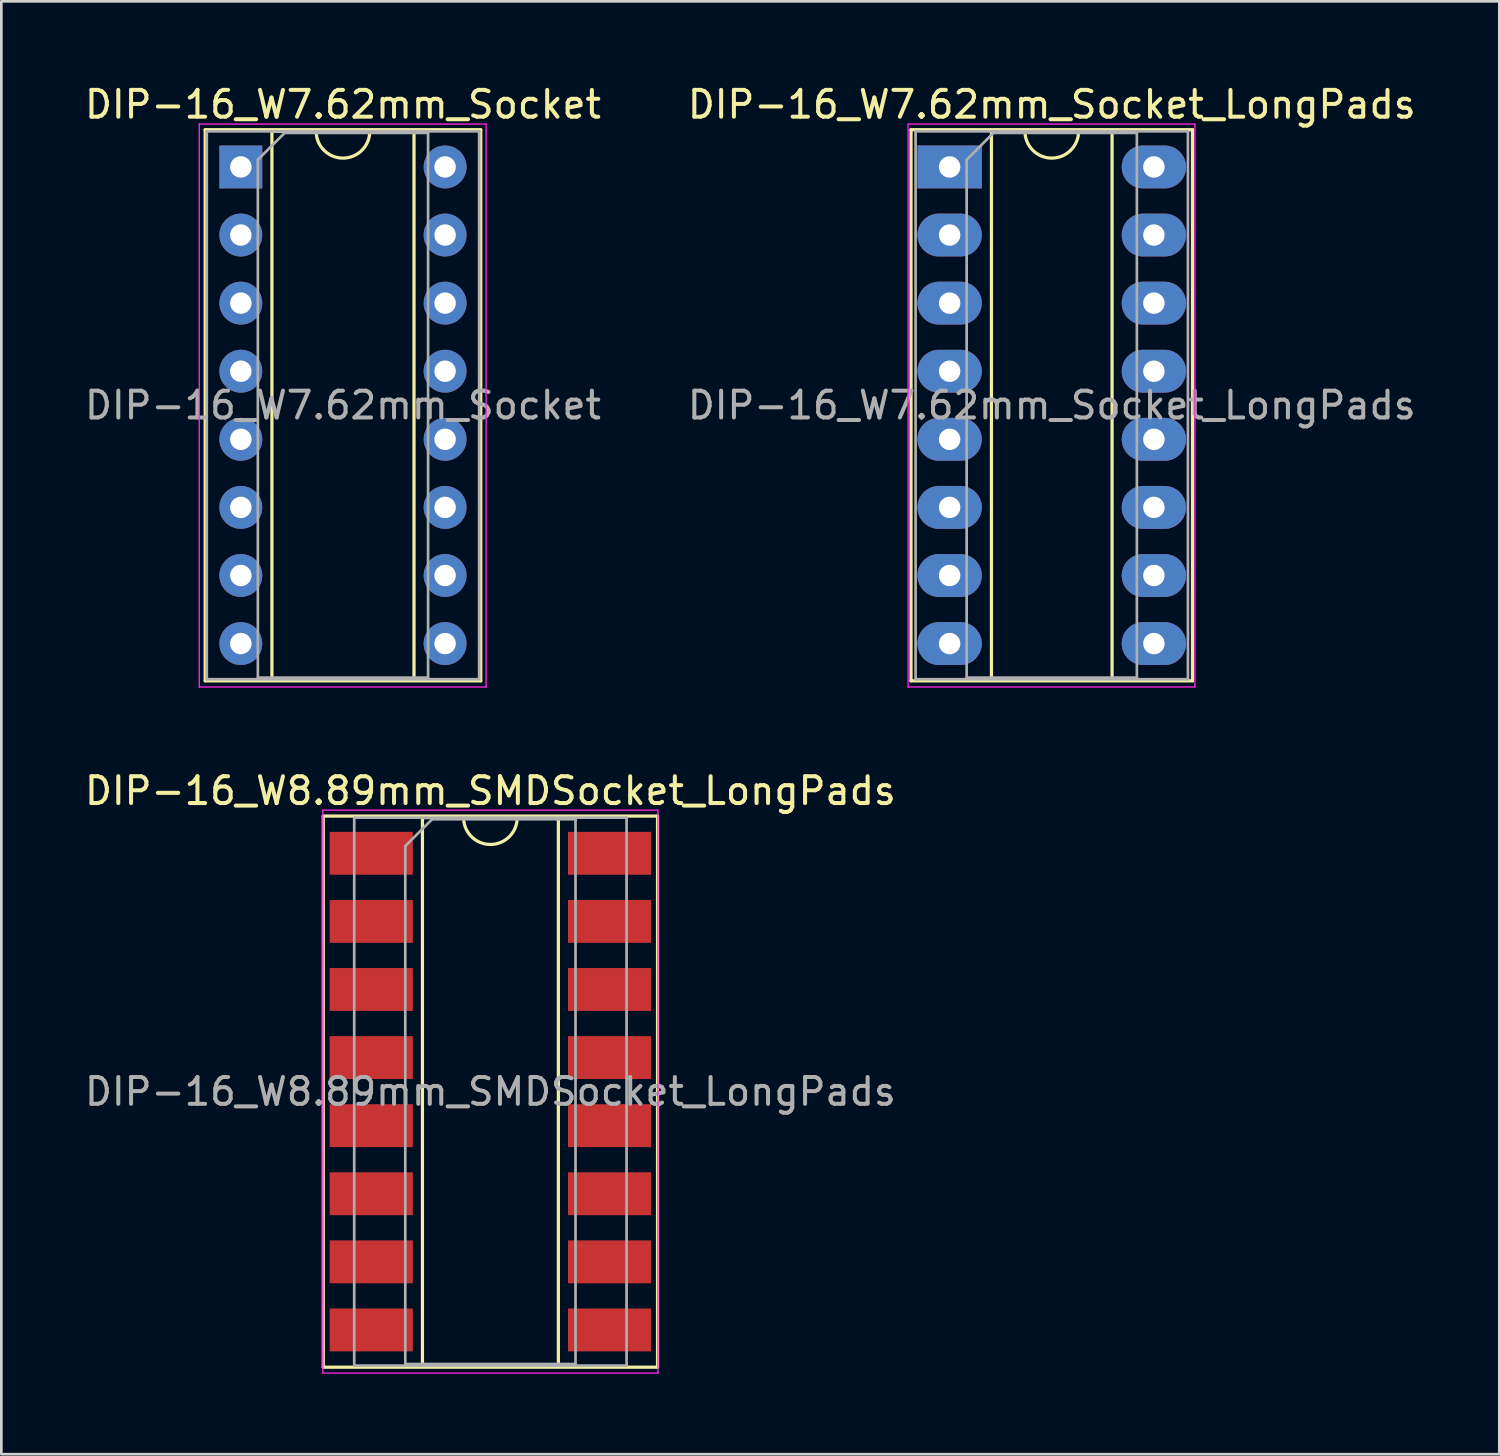
<source format=kicad_pcb>
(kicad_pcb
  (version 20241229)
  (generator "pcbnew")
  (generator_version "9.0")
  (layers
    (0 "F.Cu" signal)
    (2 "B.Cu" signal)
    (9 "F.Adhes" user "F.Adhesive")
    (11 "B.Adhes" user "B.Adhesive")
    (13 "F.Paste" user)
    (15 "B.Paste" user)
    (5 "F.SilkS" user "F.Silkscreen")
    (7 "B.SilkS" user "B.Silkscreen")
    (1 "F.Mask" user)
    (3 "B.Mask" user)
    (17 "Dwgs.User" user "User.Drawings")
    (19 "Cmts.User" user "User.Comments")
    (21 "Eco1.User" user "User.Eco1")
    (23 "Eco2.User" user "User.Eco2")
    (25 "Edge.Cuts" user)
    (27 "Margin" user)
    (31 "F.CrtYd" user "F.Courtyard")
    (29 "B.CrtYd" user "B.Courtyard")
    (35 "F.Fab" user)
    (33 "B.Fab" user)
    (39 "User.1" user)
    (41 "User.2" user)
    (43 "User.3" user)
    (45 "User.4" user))
  (footprint "DIP-16_W7.62mm_Socket_LongPads"
    (layer "F.Cu")
    (at 32.375 3.178)
    (property "Reference" "DIP-16_W7.62mm_Socket_LongPads" (at 3.81 -2.33 0) (layer "F.SilkS") (effects (font (size 1 1) (thickness 0.15))))
    (attr through_hole)
    (fp_line (start -1.44 -1.39) (end -1.44 19.17) (stroke (width 0.12) (type solid)) (layer "F.SilkS"))
    (fp_line (start -1.44 19.17) (end 9.06 19.17) (stroke (width 0.12) (type solid)) (layer "F.SilkS"))
    (fp_line (start 1.56 -1.33) (end 1.56 19.11) (stroke (width 0.12) (type solid)) (layer "F.SilkS"))
    (fp_line (start 1.56 19.11) (end 6.06 19.11) (stroke (width 0.12) (type solid)) (layer "F.SilkS"))
    (fp_line (start 2.81 -1.33) (end 1.56 -1.33) (stroke (width 0.12) (type solid)) (layer "F.SilkS"))
    (fp_line (start 6.06 -1.33) (end 4.81 -1.33) (stroke (width 0.12) (type solid)) (layer "F.SilkS"))
    (fp_line (start 6.06 19.11) (end 6.06 -1.33) (stroke (width 0.12) (type solid)) (layer "F.SilkS"))
    (fp_line (start 9.06 -1.39) (end -1.44 -1.39) (stroke (width 0.12) (type solid)) (layer "F.SilkS"))
    (fp_line (start 9.06 19.17) (end 9.06 -1.39) (stroke (width 0.12) (type solid)) (layer "F.SilkS"))
    (fp_arc (start 4.81 -1.33) (mid 3.81 -0.33) (end 2.81 -1.33) (stroke (width 0.12) (type solid)) (layer "F.SilkS"))
    (fp_line (start -1.55 -1.6) (end -1.55 19.4) (stroke (width 0.05) (type solid)) (layer "F.CrtYd"))
    (fp_line (start -1.55 19.4) (end 9.15 19.4) (stroke (width 0.05) (type solid)) (layer "F.CrtYd"))
    (fp_line (start 9.15 -1.6) (end -1.55 -1.6) (stroke (width 0.05) (type solid)) (layer "F.CrtYd"))
    (fp_line (start 9.15 19.4) (end 9.15 -1.6) (stroke (width 0.05) (type solid)) (layer "F.CrtYd"))
    (fp_line (start -1.27 -1.33) (end -1.27 19.11) (stroke (width 0.1) (type solid)) (layer "F.Fab"))
    (fp_line (start -1.27 19.11) (end 8.89 19.11) (stroke (width 0.1) (type solid)) (layer "F.Fab"))
    (fp_line (start 0.635 -0.27) (end 1.635 -1.27) (stroke (width 0.1) (type solid)) (layer "F.Fab"))
    (fp_line (start 0.635 19.05) (end 0.635 -0.27) (stroke (width 0.1) (type solid)) (layer "F.Fab"))
    (fp_line (start 1.635 -1.27) (end 6.985 -1.27) (stroke (width 0.1) (type solid)) (layer "F.Fab"))
    (fp_line (start 6.985 -1.27) (end 6.985 19.05) (stroke (width 0.1) (type solid)) (layer "F.Fab"))
    (fp_line (start 6.985 19.05) (end 0.635 19.05) (stroke (width 0.1) (type solid)) (layer "F.Fab"))
    (fp_line (start 8.89 -1.33) (end -1.27 -1.33) (stroke (width 0.1) (type solid)) (layer "F.Fab"))
    (fp_line (start 8.89 19.11) (end 8.89 -1.33) (stroke (width 0.1) (type solid)) (layer "F.Fab"))
    (fp_text user "${REFERENCE}" (at 3.81 8.89 0) (layer "F.Fab") (effects (font (size 1 1) (thickness 0.15))))
    (pad "1" thru_hole rect (at 0 0) (size 2.4 1.6) (drill 0.8) (layers "*.Cu" "*.Mask"))
    (pad "2" thru_hole oval (at 0 2.54) (size 2.4 1.6) (drill 0.8) (layers "*.Cu" "*.Mask"))
    (pad "3" thru_hole oval (at 0 5.08) (size 2.4 1.6) (drill 0.8) (layers "*.Cu" "*.Mask"))
    (pad "4" thru_hole oval (at 0 7.62) (size 2.4 1.6) (drill 0.8) (layers "*.Cu" "*.Mask"))
    (pad "5" thru_hole oval (at 0 10.16) (size 2.4 1.6) (drill 0.8) (layers "*.Cu" "*.Mask"))
    (pad "6" thru_hole oval (at 0 12.7) (size 2.4 1.6) (drill 0.8) (layers "*.Cu" "*.Mask"))
    (pad "7" thru_hole oval (at 0 15.24) (size 2.4 1.6) (drill 0.8) (layers "*.Cu" "*.Mask"))
    (pad "8" thru_hole oval (at 0 17.78) (size 2.4 1.6) (drill 0.8) (layers "*.Cu" "*.Mask"))
    (pad "9" thru_hole oval (at 7.62 17.78) (size 2.4 1.6) (drill 0.8) (layers "*.Cu" "*.Mask"))
    (pad "10" thru_hole oval (at 7.62 15.24) (size 2.4 1.6) (drill 0.8) (layers "*.Cu" "*.Mask"))
    (pad "11" thru_hole oval (at 7.62 12.7) (size 2.4 1.6) (drill 0.8) (layers "*.Cu" "*.Mask"))
    (pad "12" thru_hole oval (at 7.62 10.16) (size 2.4 1.6) (drill 0.8) (layers "*.Cu" "*.Mask"))
    (pad "13" thru_hole oval (at 7.62 7.62) (size 2.4 1.6) (drill 0.8) (layers "*.Cu" "*.Mask"))
    (pad "14" thru_hole oval (at 7.62 5.08) (size 2.4 1.6) (drill 0.8) (layers "*.Cu" "*.Mask"))
    (pad "15" thru_hole oval (at 7.62 2.54) (size 2.4 1.6) (drill 0.8) (layers "*.Cu" "*.Mask"))
    (pad "16" thru_hole oval (at 7.62 0) (size 2.4 1.6) (drill 0.8) (layers "*.Cu" "*.Mask")))
  (footprint "DIP-16_W7.62mm_Socket"
    (layer "F.Cu")
    (at 5.934 3.178)
    (property "Reference" "DIP-16_W7.62mm_Socket" (at 3.81 -2.33 0) (layer "F.SilkS") (effects (font (size 1 1) (thickness 0.15))))
    (attr through_hole)
    (fp_line (start -1.33 -1.39) (end -1.33 19.17) (stroke (width 0.12) (type solid)) (layer "F.SilkS"))
    (fp_line (start -1.33 19.17) (end 8.95 19.17) (stroke (width 0.12) (type solid)) (layer "F.SilkS"))
    (fp_line (start 1.16 -1.33) (end 1.16 19.11) (stroke (width 0.12) (type solid)) (layer "F.SilkS"))
    (fp_line (start 1.16 19.11) (end 6.46 19.11) (stroke (width 0.12) (type solid)) (layer "F.SilkS"))
    (fp_line (start 2.81 -1.33) (end 1.16 -1.33) (stroke (width 0.12) (type solid)) (layer "F.SilkS"))
    (fp_line (start 6.46 -1.33) (end 4.81 -1.33) (stroke (width 0.12) (type solid)) (layer "F.SilkS"))
    (fp_line (start 6.46 19.11) (end 6.46 -1.33) (stroke (width 0.12) (type solid)) (layer "F.SilkS"))
    (fp_line (start 8.95 -1.39) (end -1.33 -1.39) (stroke (width 0.12) (type solid)) (layer "F.SilkS"))
    (fp_line (start 8.95 19.17) (end 8.95 -1.39) (stroke (width 0.12) (type solid)) (layer "F.SilkS"))
    (fp_arc (start 4.81 -1.33) (mid 3.81 -0.33) (end 2.81 -1.33) (stroke (width 0.12) (type solid)) (layer "F.SilkS"))
    (fp_line (start -1.55 -1.6) (end -1.55 19.4) (stroke (width 0.05) (type solid)) (layer "F.CrtYd"))
    (fp_line (start -1.55 19.4) (end 9.15 19.4) (stroke (width 0.05) (type solid)) (layer "F.CrtYd"))
    (fp_line (start 9.15 -1.6) (end -1.55 -1.6) (stroke (width 0.05) (type solid)) (layer "F.CrtYd"))
    (fp_line (start 9.15 19.4) (end 9.15 -1.6) (stroke (width 0.05) (type solid)) (layer "F.CrtYd"))
    (fp_line (start -1.27 -1.33) (end -1.27 19.11) (stroke (width 0.1) (type solid)) (layer "F.Fab"))
    (fp_line (start -1.27 19.11) (end 8.89 19.11) (stroke (width 0.1) (type solid)) (layer "F.Fab"))
    (fp_line (start 0.635 -0.27) (end 1.635 -1.27) (stroke (width 0.1) (type solid)) (layer "F.Fab"))
    (fp_line (start 0.635 19.05) (end 0.635 -0.27) (stroke (width 0.1) (type solid)) (layer "F.Fab"))
    (fp_line (start 1.635 -1.27) (end 6.985 -1.27) (stroke (width 0.1) (type solid)) (layer "F.Fab"))
    (fp_line (start 6.985 -1.27) (end 6.985 19.05) (stroke (width 0.1) (type solid)) (layer "F.Fab"))
    (fp_line (start 6.985 19.05) (end 0.635 19.05) (stroke (width 0.1) (type solid)) (layer "F.Fab"))
    (fp_line (start 8.89 -1.33) (end -1.27 -1.33) (stroke (width 0.1) (type solid)) (layer "F.Fab"))
    (fp_line (start 8.89 19.11) (end 8.89 -1.33) (stroke (width 0.1) (type solid)) (layer "F.Fab"))
    (fp_text user "${REFERENCE}" (at 3.81 8.89 0) (layer "F.Fab") (effects (font (size 1 1) (thickness 0.15))))
    (pad "1" thru_hole rect (at 0 0) (size 1.6 1.6) (drill 0.8) (layers "*.Cu" "*.Mask"))
    (pad "2" thru_hole oval (at 0 2.54) (size 1.6 1.6) (drill 0.8) (layers "*.Cu" "*.Mask"))
    (pad "3" thru_hole oval (at 0 5.08) (size 1.6 1.6) (drill 0.8) (layers "*.Cu" "*.Mask"))
    (pad "4" thru_hole oval (at 0 7.62) (size 1.6 1.6) (drill 0.8) (layers "*.Cu" "*.Mask"))
    (pad "5" thru_hole oval (at 0 10.16) (size 1.6 1.6) (drill 0.8) (layers "*.Cu" "*.Mask"))
    (pad "6" thru_hole oval (at 0 12.7) (size 1.6 1.6) (drill 0.8) (layers "*.Cu" "*.Mask"))
    (pad "7" thru_hole oval (at 0 15.24) (size 1.6 1.6) (drill 0.8) (layers "*.Cu" "*.Mask"))
    (pad "8" thru_hole oval (at 0 17.78) (size 1.6 1.6) (drill 0.8) (layers "*.Cu" "*.Mask"))
    (pad "9" thru_hole oval (at 7.62 17.78) (size 1.6 1.6) (drill 0.8) (layers "*.Cu" "*.Mask"))
    (pad "10" thru_hole oval (at 7.62 15.24) (size 1.6 1.6) (drill 0.8) (layers "*.Cu" "*.Mask"))
    (pad "11" thru_hole oval (at 7.62 12.7) (size 1.6 1.6) (drill 0.8) (layers "*.Cu" "*.Mask"))
    (pad "12" thru_hole oval (at 7.62 10.16) (size 1.6 1.6) (drill 0.8) (layers "*.Cu" "*.Mask"))
    (pad "13" thru_hole oval (at 7.62 7.62) (size 1.6 1.6) (drill 0.8) (layers "*.Cu" "*.Mask"))
    (pad "14" thru_hole oval (at 7.62 5.08) (size 1.6 1.6) (drill 0.8) (layers "*.Cu" "*.Mask"))
    (pad "15" thru_hole oval (at 7.62 2.54) (size 1.6 1.6) (drill 0.8) (layers "*.Cu" "*.Mask"))
    (pad "16" thru_hole oval (at 7.62 0) (size 1.6 1.6) (drill 0.8) (layers "*.Cu" "*.Mask")))
  (footprint "DIP-16_W8.89mm_SMDSocket_LongPads"
    (layer "F.Cu")
    (at 15.244 37.672)
    (property "Reference" "DIP-16_W8.89mm_SMDSocket_LongPads" (at 0 -11.22 0) (layer "F.SilkS") (effects (font (size 1 1) (thickness 0.15))))
    (attr smd)
    (fp_line (start -6.235 -10.28) (end -6.235 10.28) (stroke (width 0.12) (type solid)) (layer "F.SilkS"))
    (fp_line (start -6.235 10.28) (end 6.235 10.28) (stroke (width 0.12) (type solid)) (layer "F.SilkS"))
    (fp_line (start -2.535 -10.22) (end -2.535 10.22) (stroke (width 0.12) (type solid)) (layer "F.SilkS"))
    (fp_line (start -2.535 10.22) (end 2.535 10.22) (stroke (width 0.12) (type solid)) (layer "F.SilkS"))
    (fp_line (start -1 -10.22) (end -2.535 -10.22) (stroke (width 0.12) (type solid)) (layer "F.SilkS"))
    (fp_line (start 2.535 -10.22) (end 1 -10.22) (stroke (width 0.12) (type solid)) (layer "F.SilkS"))
    (fp_line (start 2.535 10.22) (end 2.535 -10.22) (stroke (width 0.12) (type solid)) (layer "F.SilkS"))
    (fp_line (start 6.235 -10.28) (end -6.235 -10.28) (stroke (width 0.12) (type solid)) (layer "F.SilkS"))
    (fp_line (start 6.235 10.28) (end 6.235 -10.28) (stroke (width 0.12) (type solid)) (layer "F.SilkS"))
    (fp_arc (start 1 -10.22) (mid 0 -9.22) (end -1 -10.22) (stroke (width 0.12) (type solid)) (layer "F.SilkS"))
    (fp_line (start -6.25 -10.5) (end -6.25 10.5) (stroke (width 0.05) (type solid)) (layer "F.CrtYd"))
    (fp_line (start -6.25 10.5) (end 6.25 10.5) (stroke (width 0.05) (type solid)) (layer "F.CrtYd"))
    (fp_line (start 6.25 -10.5) (end -6.25 -10.5) (stroke (width 0.05) (type solid)) (layer "F.CrtYd"))
    (fp_line (start 6.25 10.5) (end 6.25 -10.5) (stroke (width 0.05) (type solid)) (layer "F.CrtYd"))
    (fp_line (start -5.08 -10.22) (end -5.08 10.22) (stroke (width 0.1) (type solid)) (layer "F.Fab"))
    (fp_line (start -5.08 10.22) (end 5.08 10.22) (stroke (width 0.1) (type solid)) (layer "F.Fab"))
    (fp_line (start -3.175 -9.16) (end -2.175 -10.16) (stroke (width 0.1) (type solid)) (layer "F.Fab"))
    (fp_line (start -3.175 10.16) (end -3.175 -9.16) (stroke (width 0.1) (type solid)) (layer "F.Fab"))
    (fp_line (start -2.175 -10.16) (end 3.175 -10.16) (stroke (width 0.1) (type solid)) (layer "F.Fab"))
    (fp_line (start 3.175 -10.16) (end 3.175 10.16) (stroke (width 0.1) (type solid)) (layer "F.Fab"))
    (fp_line (start 3.175 10.16) (end -3.175 10.16) (stroke (width 0.1) (type solid)) (layer "F.Fab"))
    (fp_line (start 5.08 -10.22) (end -5.08 -10.22) (stroke (width 0.1) (type solid)) (layer "F.Fab"))
    (fp_line (start 5.08 10.22) (end 5.08 -10.22) (stroke (width 0.1) (type solid)) (layer "F.Fab"))
    (fp_text user "${REFERENCE}" (at 0 0 0) (layer "F.Fab") (effects (font (size 1 1) (thickness 0.15))))
    (pad "1" smd rect (at -4.445 -8.89) (size 3.1 1.6) (layers "F.Cu" "F.Mask" "F.Paste"))
    (pad "2" smd rect (at -4.445 -6.35) (size 3.1 1.6) (layers "F.Cu" "F.Mask" "F.Paste"))
    (pad "3" smd rect (at -4.445 -3.81) (size 3.1 1.6) (layers "F.Cu" "F.Mask" "F.Paste"))
    (pad "4" smd rect (at -4.445 -1.27) (size 3.1 1.6) (layers "F.Cu" "F.Mask" "F.Paste"))
    (pad "5" smd rect (at -4.445 1.27) (size 3.1 1.6) (layers "F.Cu" "F.Mask" "F.Paste"))
    (pad "6" smd rect (at -4.445 3.81) (size 3.1 1.6) (layers "F.Cu" "F.Mask" "F.Paste"))
    (pad "7" smd rect (at -4.445 6.35) (size 3.1 1.6) (layers "F.Cu" "F.Mask" "F.Paste"))
    (pad "8" smd rect (at -4.445 8.89) (size 3.1 1.6) (layers "F.Cu" "F.Mask" "F.Paste"))
    (pad "9" smd rect (at 4.445 8.89) (size 3.1 1.6) (layers "F.Cu" "F.Mask" "F.Paste"))
    (pad "10" smd rect (at 4.445 6.35) (size 3.1 1.6) (layers "F.Cu" "F.Mask" "F.Paste"))
    (pad "11" smd rect (at 4.445 3.81) (size 3.1 1.6) (layers "F.Cu" "F.Mask" "F.Paste"))
    (pad "12" smd rect (at 4.445 1.27) (size 3.1 1.6) (layers "F.Cu" "F.Mask" "F.Paste"))
    (pad "13" smd rect (at 4.445 -1.27) (size 3.1 1.6) (layers "F.Cu" "F.Mask" "F.Paste"))
    (pad "14" smd rect (at 4.445 -3.81) (size 3.1 1.6) (layers "F.Cu" "F.Mask" "F.Paste"))
    (pad "15" smd rect (at 4.445 -6.35) (size 3.1 1.6) (layers "F.Cu" "F.Mask" "F.Paste"))
    (pad "16" smd rect (at 4.445 -8.89) (size 3.1 1.6) (layers "F.Cu" "F.Mask" "F.Paste")))
  (gr_rect
    (start -3 -3)
    (end 52.881 51.197)
    (stroke (width 0.1) (type default))
    (fill no)
    (layer "Edge.Cuts")))
</source>
